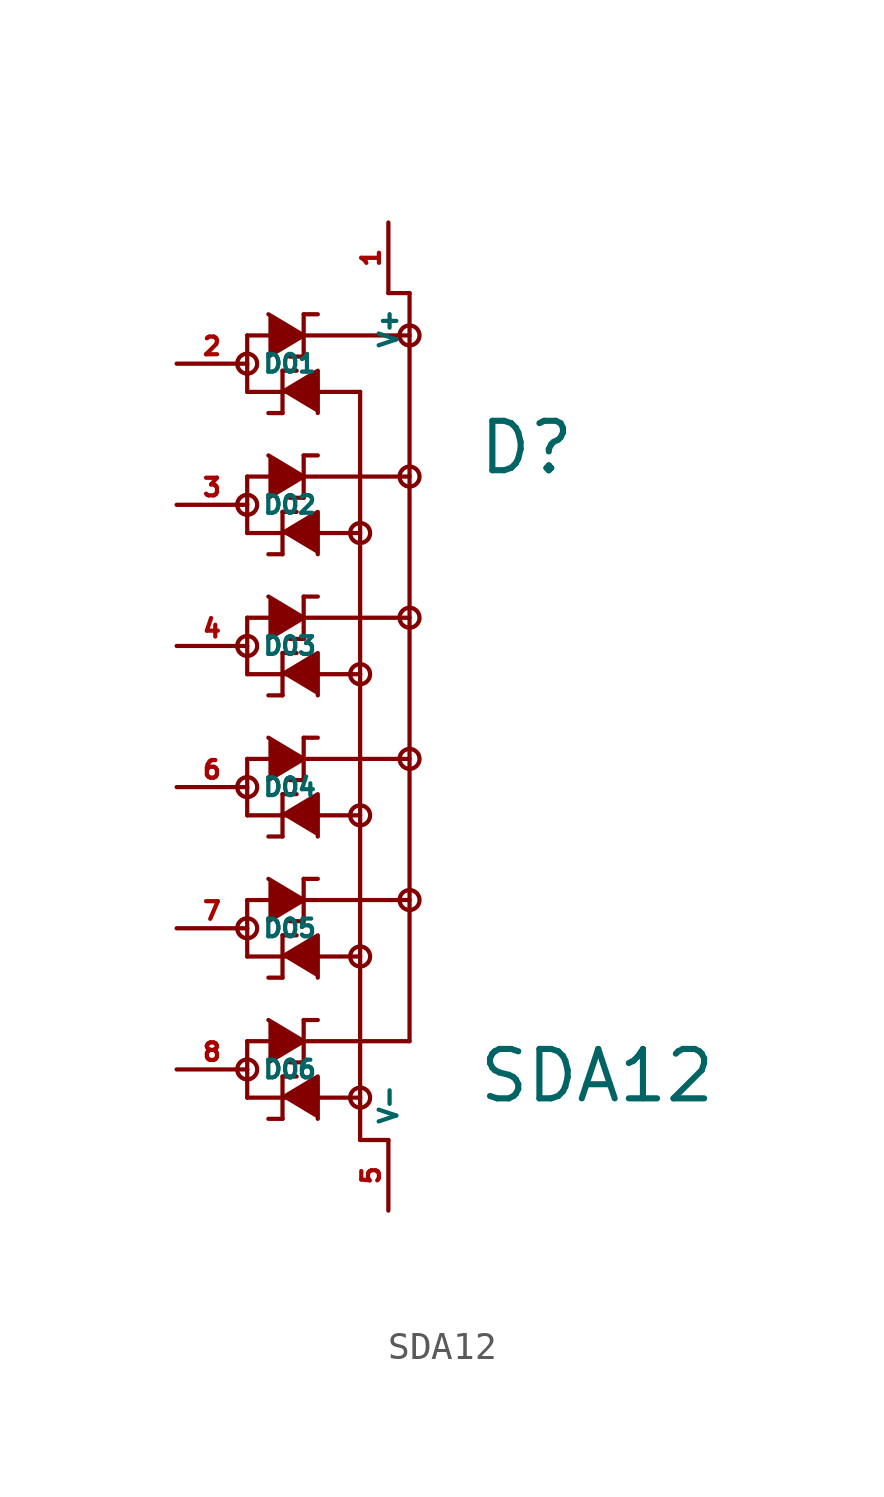
<source format=kicad_sym>
(kicad_symbol_lib
  (version 20220914)
  (generator Eagle2Kicad)
  (symbol "SDA12"
    (property "Reference" "D"
      (at 5.715 8.636 0)
      (effects (font (size 1.778 1.778) (thickness 0.22)) (justify left bottom)))
    (property "Value" "SDA12"
      (at 5.715 -13.97 0)
      (effects (font (size 1.778 1.778) (thickness 0.22)) (justify left bottom)))
    (polyline
      (pts (xy -1.778 14.478) (xy -0.508 13.716) (xy -1.778 12.954))
      (stroke (width 0.152) (type default))
      (fill (type outline)))
    (polyline
      (pts (xy -1.27 11.684) (xy 0 12.446) (xy 0 10.922))
      (stroke (width 0.152) (type default))
      (fill (type outline)))
    (polyline
      (pts (xy -1.778 9.398) (xy -0.508 8.636) (xy -1.778 7.874))
      (stroke (width 0.152) (type default))
      (fill (type outline)))
    (polyline
      (pts (xy -1.27 6.604) (xy 0 7.366) (xy 0 5.842))
      (stroke (width 0.152) (type default))
      (fill (type outline)))
    (polyline
      (pts (xy -1.778 4.318) (xy -0.508 3.556) (xy -1.778 2.794))
      (stroke (width 0.152) (type default))
      (fill (type outline)))
    (polyline
      (pts (xy -1.27 1.524) (xy 0 2.286) (xy 0 0.762))
      (stroke (width 0.152) (type default))
      (fill (type outline)))
    (polyline
      (pts (xy -1.778 -0.762) (xy -0.508 -1.524) (xy -1.778 -2.286))
      (stroke (width 0.152) (type default))
      (fill (type outline)))
    (polyline
      (pts (xy -1.27 -3.556) (xy 0 -2.794) (xy 0 -4.318))
      (stroke (width 0.152) (type default))
      (fill (type outline)))
    (polyline
      (pts (xy -1.778 -5.842) (xy -0.508 -6.604) (xy -1.778 -7.366))
      (stroke (width 0.152) (type default))
      (fill (type outline)))
    (polyline
      (pts (xy -1.27 -8.636) (xy 0 -7.874) (xy 0 -9.398))
      (stroke (width 0.152) (type default))
      (fill (type outline)))
    (polyline
      (pts (xy -1.778 -10.922) (xy -0.508 -11.684) (xy -1.778 -12.446))
      (stroke (width 0.152) (type default))
      (fill (type outline)))
    (polyline
      (pts (xy -1.27 -13.716) (xy 0 -12.954) (xy 0 -14.478))
      (stroke (width 0.152) (type default))
      (fill (type outline)))
    (polyline
      (pts (xy -0.508 14.478) (xy -0.508 12.954))
      (stroke (width 0.152) (type default))
      (fill (type none)))
    (polyline
      (pts (xy -2.54 11.684) (xy -2.54 13.716))
      (stroke (width 0.152) (type default))
      (fill (type none)))
    (polyline
      (pts (xy -2.54 13.716) (xy 3.302 13.716))
      (stroke (width 0.152) (type default))
      (fill (type none)))
    (polyline
      (pts (xy -0.508 14.478) (xy 0 14.478))
      (stroke (width 0.152) (type default))
      (fill (type none)))
    (polyline
      (pts (xy -0.508 12.954) (xy -1.016 12.954))
      (stroke (width 0.152) (type default))
      (fill (type none)))
    (polyline
      (pts (xy -1.27 10.922) (xy -1.27 12.446))
      (stroke (width 0.152) (type default))
      (fill (type none)))
    (polyline
      (pts (xy 1.524 11.684) (xy -2.54 11.684))
      (stroke (width 0.152) (type default))
      (fill (type none)))
    (polyline
      (pts (xy -1.27 10.922) (xy -1.778 10.922))
      (stroke (width 0.152) (type default))
      (fill (type none)))
    (polyline
      (pts (xy -1.27 12.446) (xy -0.762 12.446))
      (stroke (width 0.152) (type default))
      (fill (type none)))
    (polyline
      (pts (xy -0.508 9.398) (xy -0.508 7.874))
      (stroke (width 0.152) (type default))
      (fill (type none)))
    (polyline
      (pts (xy -2.54 6.604) (xy -2.54 8.636))
      (stroke (width 0.152) (type default))
      (fill (type none)))
    (polyline
      (pts (xy -2.54 8.636) (xy 3.302 8.636))
      (stroke (width 0.152) (type default))
      (fill (type none)))
    (polyline
      (pts (xy -0.508 9.398) (xy 0 9.398))
      (stroke (width 0.152) (type default))
      (fill (type none)))
    (polyline
      (pts (xy -0.508 7.874) (xy -1.016 7.874))
      (stroke (width 0.152) (type default))
      (fill (type none)))
    (polyline
      (pts (xy -1.27 5.842) (xy -1.27 7.366))
      (stroke (width 0.152) (type default))
      (fill (type none)))
    (polyline
      (pts (xy 1.524 6.604) (xy -2.54 6.604))
      (stroke (width 0.152) (type default))
      (fill (type none)))
    (polyline
      (pts (xy -1.27 5.842) (xy -1.778 5.842))
      (stroke (width 0.152) (type default))
      (fill (type none)))
    (polyline
      (pts (xy -1.27 7.366) (xy -0.762 7.366))
      (stroke (width 0.152) (type default))
      (fill (type none)))
    (polyline
      (pts (xy -0.508 4.318) (xy -0.508 2.794))
      (stroke (width 0.152) (type default))
      (fill (type none)))
    (polyline
      (pts (xy -2.54 1.524) (xy -2.54 3.556))
      (stroke (width 0.152) (type default))
      (fill (type none)))
    (polyline
      (pts (xy -2.54 3.556) (xy 3.302 3.556))
      (stroke (width 0.152) (type default))
      (fill (type none)))
    (polyline
      (pts (xy -0.508 4.318) (xy 0 4.318))
      (stroke (width 0.152) (type default))
      (fill (type none)))
    (polyline
      (pts (xy -0.508 2.794) (xy -1.016 2.794))
      (stroke (width 0.152) (type default))
      (fill (type none)))
    (polyline
      (pts (xy -1.27 0.762) (xy -1.27 2.286))
      (stroke (width 0.152) (type default))
      (fill (type none)))
    (polyline
      (pts (xy 1.524 1.524) (xy -2.54 1.524))
      (stroke (width 0.152) (type default))
      (fill (type none)))
    (polyline
      (pts (xy -1.27 0.762) (xy -1.778 0.762))
      (stroke (width 0.152) (type default))
      (fill (type none)))
    (polyline
      (pts (xy -1.27 2.286) (xy -0.762 2.286))
      (stroke (width 0.152) (type default))
      (fill (type none)))
    (polyline
      (pts (xy -0.508 -0.762) (xy -0.508 -2.286))
      (stroke (width 0.152) (type default))
      (fill (type none)))
    (polyline
      (pts (xy -2.54 -3.556) (xy -2.54 -1.524))
      (stroke (width 0.152) (type default))
      (fill (type none)))
    (polyline
      (pts (xy -2.54 -1.524) (xy 3.302 -1.524))
      (stroke (width 0.152) (type default))
      (fill (type none)))
    (polyline
      (pts (xy -0.508 -0.762) (xy 0 -0.762))
      (stroke (width 0.152) (type default))
      (fill (type none)))
    (polyline
      (pts (xy -0.508 -2.286) (xy -1.016 -2.286))
      (stroke (width 0.152) (type default))
      (fill (type none)))
    (polyline
      (pts (xy -1.27 -4.318) (xy -1.27 -2.794))
      (stroke (width 0.152) (type default))
      (fill (type none)))
    (polyline
      (pts (xy 1.524 -3.556) (xy -2.54 -3.556))
      (stroke (width 0.152) (type default))
      (fill (type none)))
    (polyline
      (pts (xy -1.27 -4.318) (xy -1.778 -4.318))
      (stroke (width 0.152) (type default))
      (fill (type none)))
    (polyline
      (pts (xy -1.27 -2.794) (xy -0.762 -2.794))
      (stroke (width 0.152) (type default))
      (fill (type none)))
    (polyline
      (pts (xy -0.508 -5.842) (xy -0.508 -7.366))
      (stroke (width 0.152) (type default))
      (fill (type none)))
    (polyline
      (pts (xy -2.54 -8.636) (xy -2.54 -6.604))
      (stroke (width 0.152) (type default))
      (fill (type none)))
    (polyline
      (pts (xy -2.54 -6.604) (xy 3.302 -6.604))
      (stroke (width 0.152) (type default))
      (fill (type none)))
    (polyline
      (pts (xy -0.508 -5.842) (xy 0 -5.842))
      (stroke (width 0.152) (type default))
      (fill (type none)))
    (polyline
      (pts (xy -0.508 -7.366) (xy -1.016 -7.366))
      (stroke (width 0.152) (type default))
      (fill (type none)))
    (polyline
      (pts (xy -1.27 -9.398) (xy -1.27 -7.874))
      (stroke (width 0.152) (type default))
      (fill (type none)))
    (polyline
      (pts (xy 1.524 -8.636) (xy -2.54 -8.636))
      (stroke (width 0.152) (type default))
      (fill (type none)))
    (polyline
      (pts (xy -1.27 -9.398) (xy -1.778 -9.398))
      (stroke (width 0.152) (type default))
      (fill (type none)))
    (polyline
      (pts (xy -1.27 -7.874) (xy -0.762 -7.874))
      (stroke (width 0.152) (type default))
      (fill (type none)))
    (polyline
      (pts (xy -0.508 -10.922) (xy -0.508 -12.446))
      (stroke (width 0.152) (type default))
      (fill (type none)))
    (polyline
      (pts (xy -2.54 -13.716) (xy -2.54 -11.684))
      (stroke (width 0.152) (type default))
      (fill (type none)))
    (polyline
      (pts (xy -2.54 -11.684) (xy 3.302 -11.684))
      (stroke (width 0.152) (type default))
      (fill (type none)))
    (polyline
      (pts (xy -0.508 -10.922) (xy 0 -10.922))
      (stroke (width 0.152) (type default))
      (fill (type none)))
    (polyline
      (pts (xy -0.508 -12.446) (xy -1.016 -12.446))
      (stroke (width 0.152) (type default))
      (fill (type none)))
    (polyline
      (pts (xy -1.27 -14.478) (xy -1.27 -12.954))
      (stroke (width 0.152) (type default))
      (fill (type none)))
    (polyline
      (pts (xy 1.524 -13.716) (xy -2.54 -13.716))
      (stroke (width 0.152) (type default))
      (fill (type none)))
    (polyline
      (pts (xy -1.27 -14.478) (xy -1.778 -14.478))
      (stroke (width 0.152) (type default))
      (fill (type none)))
    (polyline
      (pts (xy -1.27 -12.954) (xy -0.762 -12.954))
      (stroke (width 0.152) (type default))
      (fill (type none)))
    (polyline
      (pts (xy 2.54 15.24) (xy 3.302 15.24))
      (stroke (width 0.152) (type default))
      (fill (type none)))
    (polyline
      (pts (xy 3.302 15.24) (xy 3.302 -11.684))
      (stroke (width 0.152) (type default))
      (fill (type none)))
    (polyline
      (pts (xy 2.54 -15.24) (xy 1.524 -15.24))
      (stroke (width 0.152) (type default))
      (fill (type none)))
    (polyline
      (pts (xy 1.524 -15.24) (xy 1.524 11.684))
      (stroke (width 0.152) (type default))
      (fill (type none)))
    (circle
      (center -2.54 12.7)
      (radius 0.359)
      (stroke (width 0) (type default))
      (fill (type none)))
    (circle
      (center -2.54 7.62)
      (radius 0.359)
      (stroke (width 0) (type default))
      (fill (type none)))
    (circle
      (center -2.54 2.54)
      (radius 0.359)
      (stroke (width 0) (type default))
      (fill (type none)))
    (circle
      (center -2.54 -2.54)
      (radius 0.359)
      (stroke (width 0) (type default))
      (fill (type none)))
    (circle
      (center -2.54 -7.62)
      (radius 0.359)
      (stroke (width 0) (type default))
      (fill (type none)))
    (circle
      (center -2.54 -12.7)
      (radius 0.359)
      (stroke (width 0) (type default))
      (fill (type none)))
    (circle
      (center 3.302 13.716)
      (radius 0.359)
      (stroke (width 0) (type default))
      (fill (type none)))
    (circle
      (center 3.302 8.636)
      (radius 0.359)
      (stroke (width 0) (type default))
      (fill (type none)))
    (circle
      (center 1.524 6.604)
      (radius 0.359)
      (stroke (width 0) (type default))
      (fill (type none)))
    (circle
      (center 3.302 3.556)
      (radius 0.359)
      (stroke (width 0) (type default))
      (fill (type none)))
    (circle
      (center 1.524 1.524)
      (radius 0.359)
      (stroke (width 0) (type default))
      (fill (type none)))
    (circle
      (center 3.302 -1.524)
      (radius 0.359)
      (stroke (width 0) (type default))
      (fill (type none)))
    (circle
      (center 1.524 -3.556)
      (radius 0.359)
      (stroke (width 0) (type default))
      (fill (type none)))
    (circle
      (center 3.302 -6.604)
      (radius 0.359)
      (stroke (width 0) (type default))
      (fill (type none)))
    (circle
      (center 1.524 -8.636)
      (radius 0.359)
      (stroke (width 0) (type default))
      (fill (type none)))
    (circle
      (center 1.524 -13.716)
      (radius 0.359)
      (stroke (width 0) (type default))
      (fill (type none)))
    (pin passive line
      (at 2.54 17.78 270)
      (length 2.54)
      (name "V+" (effects (font (size 0.635 0.635) (thickness 0.08)) (justify left bottom)))
      (number "1" (effects (font (size 0.635 0.635) (thickness 0.08)) (justify left bottom))))
    (pin passive line
      (at 2.54 -17.78 90)
      (length 2.54)
      (name "V-" (effects (font (size 0.635 0.635) (thickness 0.08)) (justify left bottom)))
      (number "5" (effects (font (size 0.635 0.635) (thickness 0.08)) (justify left bottom))))
    (pin passive line
      (at -5.08 12.7 0)
      (length 2.54)
      (name "D01" (effects (font (size 0.635 0.635) (thickness 0.08)) (justify left bottom)))
      (number "2" (effects (font (size 0.635 0.635) (thickness 0.08)) (justify left bottom))))
    (pin passive line
      (at -5.08 7.62 0)
      (length 2.54)
      (name "D02" (effects (font (size 0.635 0.635) (thickness 0.08)) (justify left bottom)))
      (number "3" (effects (font (size 0.635 0.635) (thickness 0.08)) (justify left bottom))))
    (pin passive line
      (at -5.08 2.54 0)
      (length 2.54)
      (name "D03" (effects (font (size 0.635 0.635) (thickness 0.08)) (justify left bottom)))
      (number "4" (effects (font (size 0.635 0.635) (thickness 0.08)) (justify left bottom))))
    (pin passive line
      (at -5.08 -2.54 0)
      (length 2.54)
      (name "D04" (effects (font (size 0.635 0.635) (thickness 0.08)) (justify left bottom)))
      (number "6" (effects (font (size 0.635 0.635) (thickness 0.08)) (justify left bottom))))
    (pin passive line
      (at -5.08 -7.62 0)
      (length 2.54)
      (name "D05" (effects (font (size 0.635 0.635) (thickness 0.08)) (justify left bottom)))
      (number "7" (effects (font (size 0.635 0.635) (thickness 0.08)) (justify left bottom))))
    (pin passive line
      (at -5.08 -12.7 0)
      (length 2.54)
      (name "D06" (effects (font (size 0.635 0.635) (thickness 0.08)) (justify left bottom)))
      (number "8" (effects (font (size 0.635 0.635) (thickness 0.08)) (justify left bottom))))))
</source>
